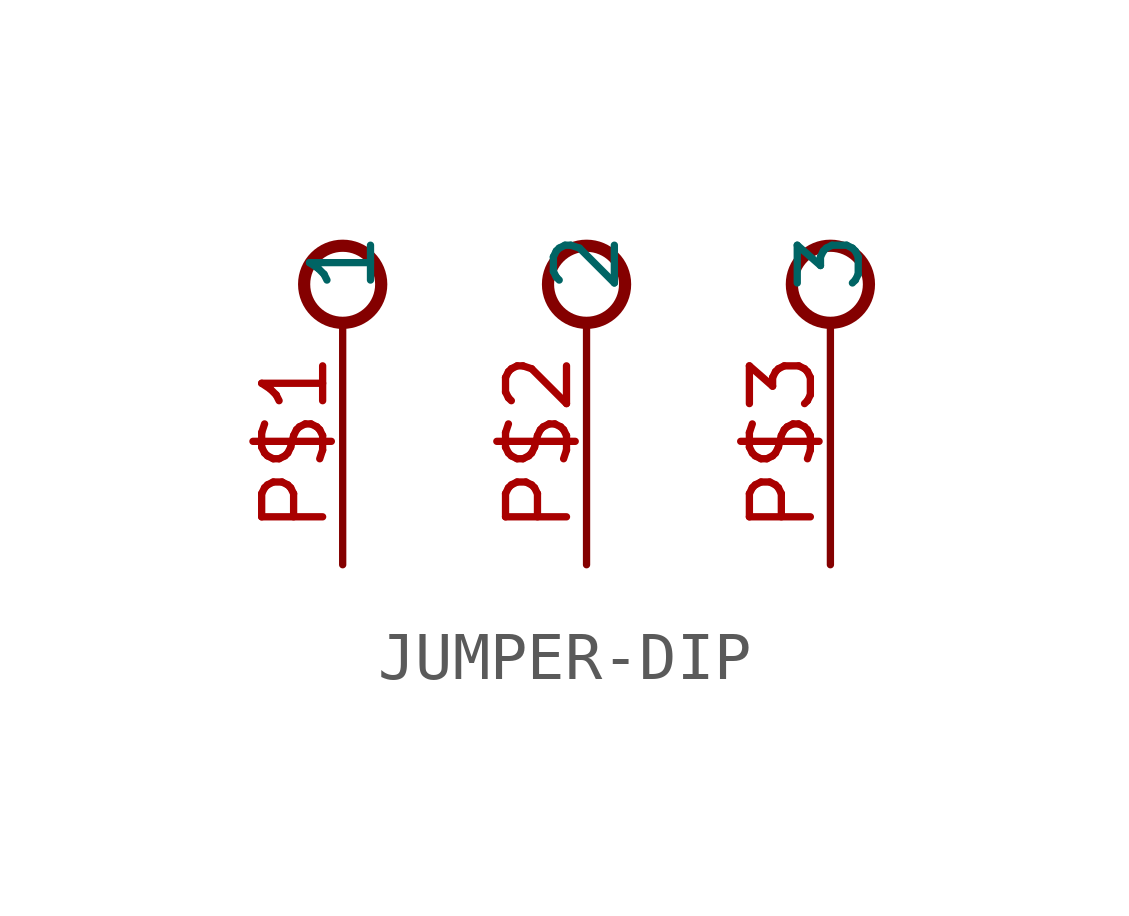
<source format=kicad_sym>
(kicad_symbol_lib
  (version 20220914)
  (generator kicad_symbol_editor)
  (symbol "JUMPER-DIP"
    (property "Reference" ""
      (at 0 0 0)
      (effects (font (size 1.27 1.27)) hide))
    (property "ki_locked" ""
      (at 0 0 0)
      (effects (font (size 1.27 1.27))))
    (symbol "JUMPER-DIP_1_0"
      (circle (center -5.08 3.302) (radius 0.803) (stroke (width 0.254) (type solid)) (fill (type none)))
      (circle (center 0 3.302) (radius 0.803) (stroke (width 0.254) (type solid)) (fill (type none)))
      (circle (center 5.08 3.302) (radius 0.803) (stroke (width 0.254) (type solid)) (fill (type none)))
      (pin bidirectional line (at -5.08 -2.54 90) (length 5.08) (name "1" (effects (font (size 1.27 1.27)))) (number "P$1" (effects (font (size 1.27 1.27)))))
      (pin bidirectional line (at 0 -2.54 90) (length 5.08) (name "2" (effects (font (size 1.27 1.27)))) (number "P$2" (effects (font (size 1.27 1.27)))))
      (pin bidirectional line (at 5.08 -2.54 90) (length 5.08) (name "3" (effects (font (size 1.27 1.27)))) (number "P$3" (effects (font (size 1.27 1.27))))))))
</source>
